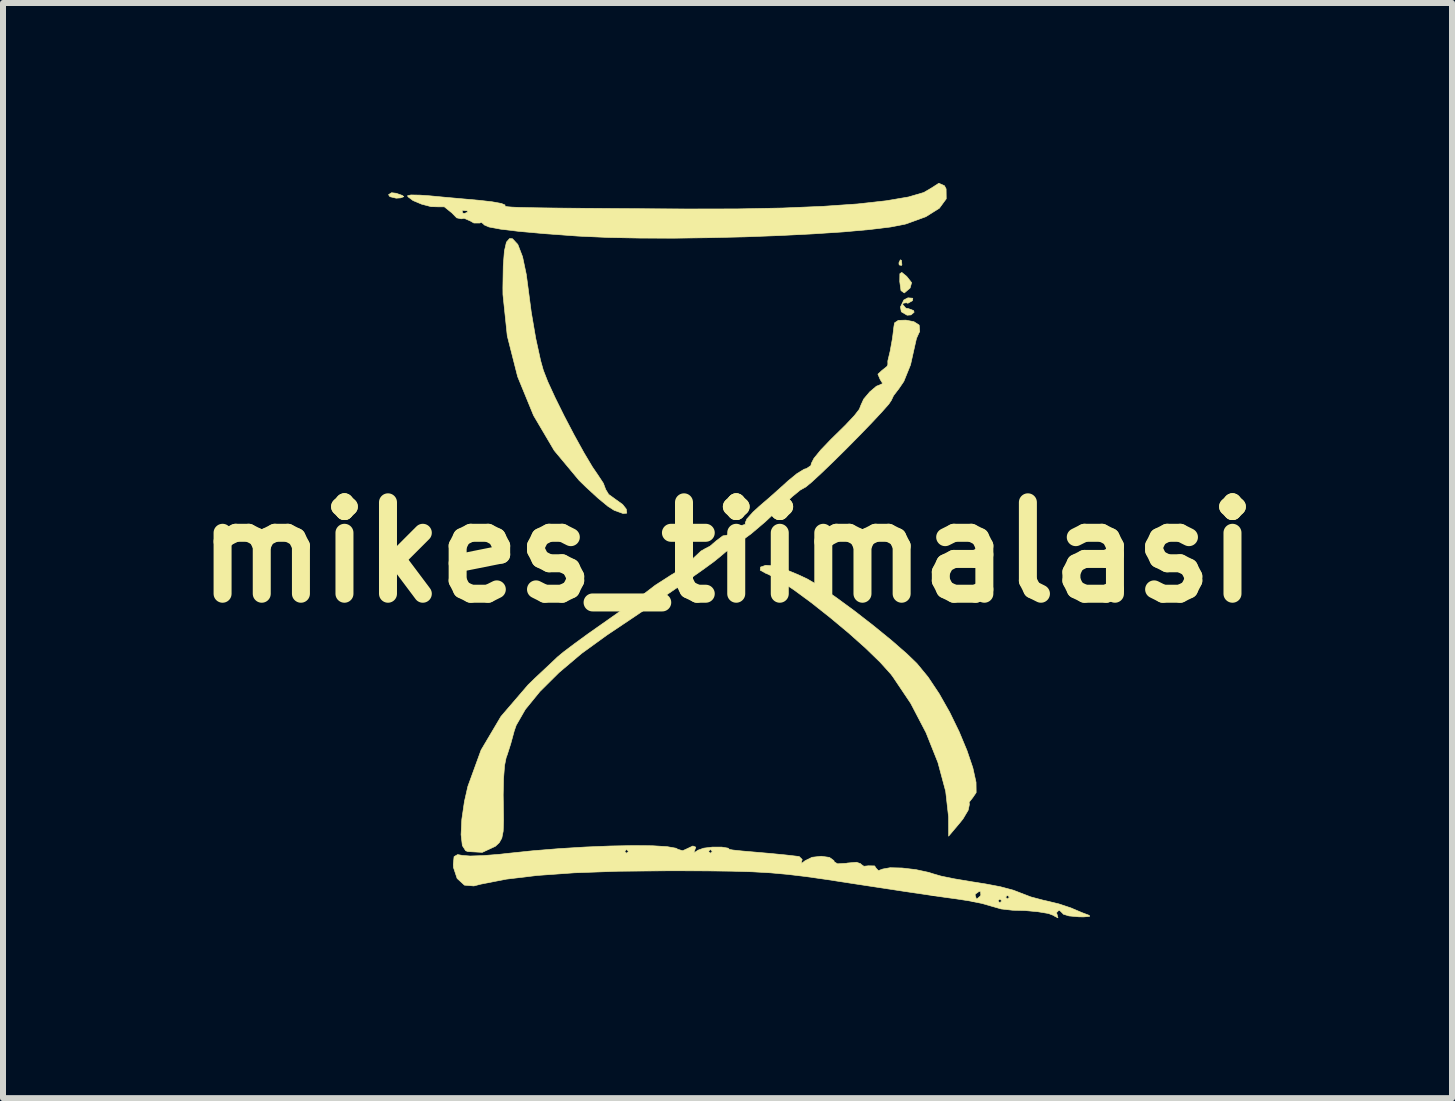
<source format=kicad_pcb>
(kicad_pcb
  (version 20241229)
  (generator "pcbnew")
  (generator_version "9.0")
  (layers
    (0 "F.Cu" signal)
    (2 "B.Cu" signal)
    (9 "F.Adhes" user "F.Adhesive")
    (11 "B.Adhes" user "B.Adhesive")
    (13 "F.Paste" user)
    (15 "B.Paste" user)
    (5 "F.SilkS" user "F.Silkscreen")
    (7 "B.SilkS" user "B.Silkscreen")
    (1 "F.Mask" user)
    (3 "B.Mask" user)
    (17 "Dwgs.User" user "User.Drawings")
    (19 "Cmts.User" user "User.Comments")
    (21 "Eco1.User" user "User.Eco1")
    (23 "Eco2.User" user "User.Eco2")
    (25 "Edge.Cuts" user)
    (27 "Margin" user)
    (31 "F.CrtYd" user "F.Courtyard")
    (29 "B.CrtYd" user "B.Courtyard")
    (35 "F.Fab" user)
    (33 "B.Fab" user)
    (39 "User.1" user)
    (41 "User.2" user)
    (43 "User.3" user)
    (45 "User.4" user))
  (footprint "mikes_tiimalasi"
    (layer "F.Cu")
    (at 9.079 6.159)
    (property "Reference" "mikes_tiimalasi" (at 0 0 0) (layer "F.SilkS") (effects (font (size 1.524 1.524) (thickness 0.3))))
    (attr through_hole)
    (fp_poly (pts (xy 2.9 -4.868) (xy 2.907 -4.793) (xy 2.9 -4.784) (xy 2.862 -4.792) (xy 2.857 -4.826) (xy 2.881 -4.878) (xy 2.9 -4.868)) (stroke (width 0.01) (type solid)) (fill yes) (layer "F.SilkS"))
    (fp_poly (pts (xy -5.524 -5.987) (xy -5.422 -5.951) (xy -5.397 -5.93) (xy -5.451 -5.91) (xy -5.524 -5.905) (xy -5.628 -5.93) (xy -5.652 -5.963) (xy -5.601 -5.996) (xy -5.524 -5.987)) (stroke (width 0.01) (type solid)) (fill yes) (layer "F.SilkS"))
    (fp_poly (pts (xy 2.988 -4.6) (xy 3.069 -4.497) (xy 3.044 -4.409) (xy 3.04 -4.404) (xy 2.947 -4.325) (xy 2.892 -4.364) (xy 2.871 -4.515) (xy 2.873 -4.646) (xy 2.905 -4.668) (xy 2.988 -4.6)) (stroke (width 0.01) (type solid)) (fill yes) (layer "F.SilkS"))
    (fp_poly (pts (xy 3.089 -4.237) (xy 3.083 -4.196) (xy 3.007 -4.153) (xy 2.98 -4.162) (xy 2.925 -4.153) (xy 2.921 -4.131) (xy 2.972 -4.072) (xy 3.016 -4.064) (xy 3.101 -4.032) (xy 3.111 -4.004) (xy 3.059 -3.959) (xy 2.994 -3.954) (xy 2.897 -4.011) (xy 2.883 -4.092) (xy 2.939 -4.208) (xy 3.008 -4.244) (xy 3.089 -4.237)) (stroke (width 0.01) (type solid)) (fill yes) (layer "F.SilkS"))
    (fp_poly (pts (xy -3.585 -5.229) (xy -3.496 -5.133) (xy -3.417 -4.928) (xy -3.355 -4.633) (xy -3.334 -4.477) (xy -3.272 -4.004) (xy -3.197 -3.565) (xy -3.116 -3.196) (xy -3.071 -3.036) (xy -2.997 -2.846) (xy -2.875 -2.581) (xy -2.723 -2.274) (xy -2.557 -1.957) (xy -2.395 -1.664) (xy -2.253 -1.425) (xy -2.158 -1.286) (xy -2.07 -1.152) (xy -2.032 -1.051) (xy -2.032 -1.05) (xy -1.982 -0.967) (xy -1.877 -0.891) (xy -1.749 -0.799) (xy -1.688 -0.721) (xy -1.679 -0.654) (xy -1.741 -0.648) (xy -1.889 -0.701) (xy -1.995 -0.769) (xy -2.161 -0.906) (xy -2.36 -1.089) (xy -2.473 -1.199) (xy -2.889 -1.698) (xy -3.234 -2.283) (xy -3.499 -2.929) (xy -3.672 -3.609) (xy -3.744 -4.298) (xy -3.745 -4.413) (xy -3.739 -4.776) (xy -3.72 -5.024) (xy -3.686 -5.172) (xy -3.634 -5.232) (xy -3.585 -5.229)) (stroke (width 0.01) (type solid)) (fill yes) (layer "F.SilkS"))
    (fp_poly (pts (xy 0.784 0.226) (xy 0.952 0.279) (xy 1.173 0.37) (xy 1.335 0.446) (xy 1.536 0.565) (xy 1.805 0.748) (xy 2.112 0.973) (xy 2.43 1.22) (xy 2.732 1.466) (xy 2.99 1.691) (xy 3.156 1.851) (xy 3.343 2.078) (xy 3.529 2.357) (xy 3.705 2.668) (xy 3.862 2.991) (xy 3.993 3.306) (xy 4.09 3.593) (xy 4.143 3.833) (xy 4.145 4.005) (xy 4.087 4.09) (xy 4.028 4.165) (xy 4.032 4.204) (xy 4.012 4.298) (xy 3.927 4.441) (xy 3.874 4.508) (xy 3.686 4.731) (xy 3.685 4.411) (xy 3.637 3.984) (xy 3.508 3.504) (xy 3.309 3.005) (xy 3.054 2.517) (xy 2.756 2.073) (xy 2.722 2.028) (xy 2.546 1.833) (xy 2.304 1.598) (xy 2.017 1.342) (xy 1.706 1.083) (xy 1.395 0.837) (xy 1.104 0.623) (xy 0.855 0.459) (xy 0.672 0.362) (xy 0.644 0.352) (xy 0.545 0.297) (xy 0.55 0.245) (xy 0.638 0.215) (xy 0.784 0.226)) (stroke (width 0.01) (type solid)) (fill yes) (layer "F.SilkS"))
    (fp_poly (pts (xy 3.616 -6.113) (xy 3.644 -6.06) (xy 3.646 -5.894) (xy 3.531 -5.737) (xy 3.306 -5.596) (xy 2.982 -5.478) (xy 2.953 -5.47) (xy 2.714 -5.424) (xy 2.367 -5.382) (xy 1.932 -5.343) (xy 1.427 -5.31) (xy 0.872 -5.282) (xy 0.286 -5.26) (xy -0.311 -5.246) (xy -0.902 -5.238) (xy -1.465 -5.24) (xy -1.983 -5.25) (xy -2.435 -5.27) (xy -2.508 -5.274) (xy -3.056 -5.314) (xy -3.48 -5.352) (xy -3.786 -5.389) (xy -3.978 -5.425) (xy -4.06 -5.461) (xy -4.064 -5.471) (xy -4.104 -5.502) (xy -4.13 -5.491) (xy -4.229 -5.491) (xy -4.286 -5.524) (xy -4.391 -5.57) (xy -4.438 -5.561) (xy -4.515 -5.577) (xy -4.595 -5.659) (xy -4.638 -5.694) (xy -4.424 -5.694) (xy -4.415 -5.656) (xy -4.381 -5.652) (xy -4.329 -5.675) (xy -4.339 -5.694) (xy -4.415 -5.701) (xy -4.424 -5.694) (xy -4.638 -5.694) (xy -4.721 -5.761) (xy -4.823 -5.761) (xy -4.942 -5.764) (xy -5.099 -5.805) (xy -5.244 -5.866) (xy -5.328 -5.929) (xy -5.334 -5.947) (xy -5.277 -5.959) (xy -5.128 -5.956) (xy -4.969 -5.945) (xy -4.706 -5.92) (xy -4.393 -5.892) (xy -4.144 -5.87) (xy -3.925 -5.845) (xy -3.77 -5.817) (xy -3.708 -5.791) (xy -3.709 -5.788) (xy -3.712 -5.778) (xy -3.7 -5.769) (xy -3.664 -5.762) (xy -3.591 -5.756) (xy -3.473 -5.751) (xy -3.299 -5.747) (xy -3.057 -5.743) (xy -2.739 -5.739) (xy -2.332 -5.736) (xy -1.827 -5.732) (xy -1.213 -5.728) (xy -0.681 -5.725) (xy 0.159 -5.726) (xy 0.919 -5.741) (xy 1.591 -5.769) (xy 2.169 -5.809) (xy 2.646 -5.862) (xy 3.016 -5.925) (xy 3.272 -6) (xy 3.397 -6.073) (xy 3.523 -6.154) (xy 3.616 -6.113)) (stroke (width 0.01) (type solid)) (fill yes) (layer "F.SilkS"))
    (fp_poly (pts (xy 3.107 -3.846) (xy 3.191 -3.793) (xy 3.196 -3.784) (xy 3.204 -3.682) (xy 3.19 -3.656) (xy 3.15 -3.567) (xy 3.129 -3.475) (xy 3.051 -3.127) (xy 2.939 -2.85) (xy 2.858 -2.731) (xy 2.767 -2.612) (xy 2.731 -2.535) (xy 2.688 -2.471) (xy 2.572 -2.34) (xy 2.402 -2.158) (xy 2.197 -1.946) (xy 1.976 -1.722) (xy 1.757 -1.506) (xy 1.559 -1.316) (xy 1.402 -1.171) (xy 1.304 -1.09) (xy 1.283 -1.079) (xy 1.211 -1.038) (xy 1.079 -0.93) (xy 0.914 -0.778) (xy 0.914 -0.778) (xy 0.629 -0.51) (xy 0.392 -0.309) (xy 0.171 -0.149) (xy 0.12 -0.116) (xy -0.03 -0.009) (xy -0.134 0.079) (xy -0.232 0.158) (xy -0.429 0.301) (xy -0.718 0.504) (xy -1.094 0.762) (xy -1.548 1.069) (xy -2.012 1.38) (xy -2.433 1.685) (xy -2.81 2.004) (xy -3.128 2.32) (xy -3.371 2.618) (xy -3.523 2.882) (xy -3.556 2.977) (xy -3.614 3.19) (xy -3.673 3.375) (xy -3.691 3.423) (xy -3.717 3.552) (xy -3.734 3.771) (xy -3.74 4.041) (xy -3.738 4.178) (xy -3.734 4.462) (xy -3.74 4.648) (xy -3.763 4.764) (xy -3.806 4.84) (xy -3.869 4.899) (xy -4.088 5.001) (xy -4.328 4.988) (xy -4.366 4.974) (xy -4.421 4.888) (xy -4.442 4.706) (xy -4.43 4.452) (xy -4.386 4.152) (xy -4.329 3.901) (xy -4.109 3.296) (xy -3.777 2.735) (xy -3.326 2.21) (xy -3.208 2.095) (xy -3.039 1.937) (xy -2.887 1.794) (xy -2.837 1.746) (xy -2.732 1.659) (xy -2.549 1.521) (xy -2.316 1.351) (xy -2.098 1.198) (xy -1.848 1.022) (xy -1.629 0.866) (xy -1.467 0.748) (xy -1.391 0.69) (xy -1.204 0.547) (xy -0.941 0.378) (xy -0.864 0.332) (xy -0.689 0.207) (xy -0.551 0.079) (xy -0.443 -0.022) (xy -0.37 -0.064) (xy -0.291 -0.104) (xy -0.188 -0.193) (xy -0.079 -0.275) (xy -0.004 -0.288) (xy 0.061 -0.307) (xy 0.087 -0.35) (xy 0.174 -0.434) (xy 0.224 -0.445) (xy 0.296 -0.468) (xy 0.295 -0.493) (xy 0.322 -0.557) (xy 0.424 -0.671) (xy 0.524 -0.763) (xy 0.729 -0.94) (xy 0.938 -1.127) (xy 1.008 -1.191) (xy 1.157 -1.313) (xy 1.278 -1.387) (xy 1.315 -1.397) (xy 1.39 -1.447) (xy 1.397 -1.483) (xy 1.44 -1.567) (xy 1.554 -1.707) (xy 1.714 -1.874) (xy 1.73 -1.89) (xy 1.963 -2.119) (xy 2.114 -2.279) (xy 2.197 -2.386) (xy 2.224 -2.455) (xy 2.225 -2.458) (xy 2.27 -2.556) (xy 2.371 -2.676) (xy 2.482 -2.77) (xy 2.542 -2.794) (xy 2.587 -2.815) (xy 2.544 -2.884) (xy 2.507 -2.971) (xy 2.574 -3.033) (xy 2.659 -3.101) (xy 2.673 -3.133) (xy 2.672 -3.191) (xy 2.711 -3.354) (xy 2.747 -3.553) (xy 2.756 -3.619) (xy 2.773 -3.759) (xy 2.784 -3.826) (xy 2.847 -3.868) (xy 2.974 -3.872) (xy 3.107 -3.846)) (stroke (width 0.01) (type solid)) (fill yes) (layer "F.SilkS"))
    (fp_poly (pts (xy -1.249 4.891) (xy -1.006 4.906) (xy -0.859 4.932) (xy -0.826 4.951) (xy -0.749 4.974) (xy -0.697 4.951) (xy -0.578 4.895) (xy -0.529 4.914) (xy -0.548 4.969) (xy -0.562 5.012) (xy -0.522 4.985) (xy -0.318 4.985) (xy -0.286 5.016) (xy -0.254 4.985) (xy -0.286 4.953) (xy -0.318 4.985) (xy -0.522 4.985) (xy -0.494 4.966) (xy -0.493 4.965) (xy -0.398 4.931) (xy -0.25 4.913) (xy -0.098 4.913) (xy 0.01 4.931) (xy 0.032 4.952) (xy 0.089 4.962) (xy 0.239 4.978) (xy 0.413 4.993) (xy 0.723 5.02) (xy 0.977 5.045) (xy 1.194 5.07) (xy 1.245 5.12) (xy 1.233 5.159) (xy 1.235 5.185) (xy 1.295 5.139) (xy 1.41 5.083) (xy 1.561 5.066) (xy 1.699 5.085) (xy 1.774 5.139) (xy 1.778 5.158) (xy 1.834 5.192) (xy 1.981 5.183) (xy 2 5.179) (xy 2.15 5.166) (xy 2.221 5.191) (xy 2.223 5.198) (xy 2.273 5.233) (xy 2.349 5.225) (xy 2.452 5.227) (xy 2.477 5.265) (xy 2.515 5.306) (xy 2.588 5.279) (xy 2.711 5.257) (xy 2.911 5.262) (xy 3.141 5.289) (xy 3.354 5.335) (xy 3.429 5.359) (xy 3.56 5.397) (xy 3.768 5.44) (xy 4.072 5.491) (xy 4.306 5.528) (xy 4.548 5.574) (xy 4.763 5.631) (xy 4.877 5.675) (xy 5.057 5.744) (xy 5.272 5.801) (xy 5.302 5.807) (xy 5.523 5.86) (xy 5.727 5.928) (xy 5.747 5.937) (xy 5.91 6.006) (xy 6.032 6.052) (xy 6.036 6.069) (xy 5.937 6.077) (xy 5.858 6.076) (xy 5.693 6.061) (xy 5.598 6.032) (xy 5.588 6.019) (xy 5.539 5.971) (xy 5.521 5.969) (xy 5.483 6.008) (xy 5.493 6.032) (xy 5.509 6.093) (xy 5.452 6.065) (xy 5.441 6.055) (xy 5.35 6.02) (xy 5.175 5.991) (xy 4.959 5.971) (xy 4.752 5.966) (xy 4.564 5.945) (xy 4.403 5.899) (xy 4.244 5.853) (xy 4.031 5.81) (xy 4.508 5.81) (xy 4.54 5.842) (xy 4.572 5.81) (xy 4.54 5.779) (xy 4.508 5.81) (xy 4.031 5.81) (xy 4.013 5.807) (xy 3.81 5.776) (xy 3.62 5.75) (xy 3.377 5.715) (xy 4.128 5.715) (xy 4.149 5.777) (xy 4.156 5.779) (xy 4.194 5.747) (xy 4.636 5.747) (xy 4.667 5.779) (xy 4.699 5.747) (xy 4.667 5.715) (xy 4.636 5.747) (xy 4.194 5.747) (xy 4.21 5.734) (xy 4.223 5.715) (xy 4.218 5.656) (xy 4.195 5.652) (xy 4.13 5.698) (xy 4.128 5.715) (xy 3.377 5.715) (xy 3.331 5.708) (xy 2.97 5.655) (xy 2.563 5.593) (xy 2.136 5.528) (xy 2.064 5.517) (xy 1.65 5.453) (xy 1.305 5.404) (xy 1.002 5.368) (xy 0.714 5.342) (xy 0.413 5.325) (xy 0.073 5.315) (xy -0.333 5.31) (xy -0.831 5.308) (xy -0.984 5.308) (xy -1.828 5.316) (xy -2.555 5.342) (xy -3.172 5.386) (xy -3.689 5.448) (xy -4.113 5.531) (xy -4.229 5.561) (xy -4.386 5.548) (xy -4.508 5.436) (xy -4.569 5.253) (xy -4.572 5.201) (xy -4.559 5.072) (xy -4.5 5.038) (xy -4.42 5.052) (xy -4.292 5.062) (xy -4.075 5.055) (xy -3.807 5.034) (xy -3.674 5.019) (xy -3.346 4.985) (xy -1.714 4.985) (xy -1.683 5.016) (xy -1.651 4.985) (xy -1.683 4.953) (xy -1.714 4.985) (xy -3.346 4.985) (xy -3.25 4.975) (xy -2.809 4.939) (xy -2.369 4.912) (xy -1.95 4.895) (xy -1.57 4.888) (xy -1.249 4.891)) (stroke (width 0.01) (type solid)) (fill yes) (layer "F.SilkS")))
  (gr_rect
    (start -3 -3)
    (end 21.157 15.257)
    (stroke (width 0.1) (type default))
    (fill no)
    (layer "Edge.Cuts")))
</source>
